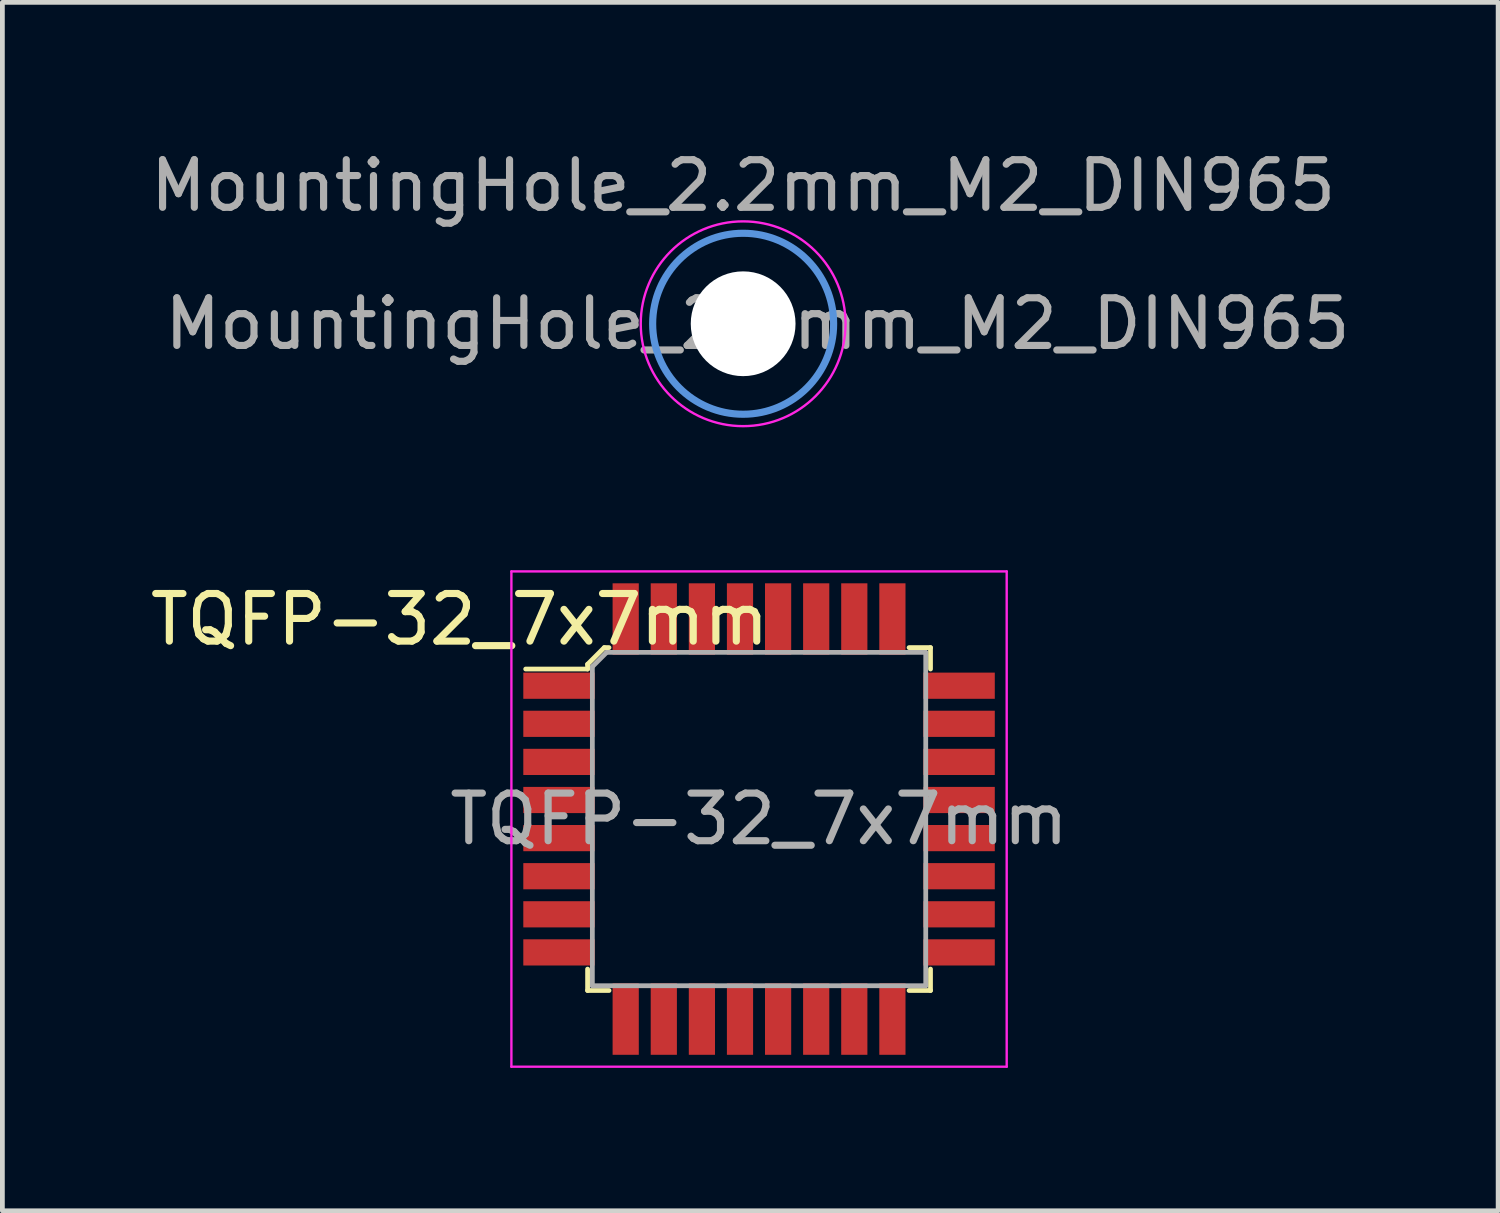
<source format=kicad_pcb>
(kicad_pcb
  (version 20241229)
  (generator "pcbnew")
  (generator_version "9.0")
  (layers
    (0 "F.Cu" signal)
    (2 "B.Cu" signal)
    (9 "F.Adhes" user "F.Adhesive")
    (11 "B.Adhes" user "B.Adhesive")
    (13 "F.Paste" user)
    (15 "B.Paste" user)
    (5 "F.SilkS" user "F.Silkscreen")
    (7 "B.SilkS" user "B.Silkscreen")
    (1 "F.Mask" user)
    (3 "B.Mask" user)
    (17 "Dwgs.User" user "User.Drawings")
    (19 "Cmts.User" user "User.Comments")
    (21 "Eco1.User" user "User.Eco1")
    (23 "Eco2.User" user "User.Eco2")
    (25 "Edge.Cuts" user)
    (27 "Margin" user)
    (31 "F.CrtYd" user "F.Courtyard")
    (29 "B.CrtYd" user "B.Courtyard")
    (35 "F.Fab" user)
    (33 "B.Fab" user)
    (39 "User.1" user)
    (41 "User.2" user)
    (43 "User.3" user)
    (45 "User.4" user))
  (footprint "MountingHole_2.2mm_M2_DIN965"
    (layer "F.Cu")
    (at 12.554 3.748)
    (property "Reference" "MountingHole_2.2mm_M2_DIN965" (at 0 -2.9 0) (layer "F.Fab") (effects (font (size 1 1) (thickness 0.15))))
    (attr exclude_from_pos_files exclude_from_bom)
    (fp_circle (center 0 0) (end 1.9 0) (stroke (width 0.15) (type solid)) (fill no) (layer "Cmts.User"))
    (fp_circle (center 0 0) (end 2.15 0) (stroke (width 0.05) (type solid)) (fill no) (layer "F.CrtYd"))
    (fp_text user "${REFERENCE}" (at 0.3 0 0) (layer "F.Fab") (effects (font (size 1 1) (thickness 0.15))))
    (pad "" np_thru_hole circle (at 0 0) (size 2.2 2.2) (drill 2.2) (layers "*.Cu" "*.Mask")))
  (footprint "TQFP-32_7x7mm"
    (layer "F.Cu")
    (at 12.888 14.148)
    (property "Reference" "TQFP-32_7x7mm" (at -6.287 -4.191 0) (layer "F.SilkS") (effects (font (size 1 1) (thickness 0.15))))
    (attr smd)
    (fp_line (start -3.6 -3.25) (end -3.6 -3.15) (stroke (width 0.1) (type solid)) (layer "F.SilkS"))
    (fp_line (start -3.6 -3.15) (end -4.9 -3.15) (stroke (width 0.1) (type solid)) (layer "F.SilkS"))
    (fp_line (start -3.6 3.6) (end -3.6 3.15) (stroke (width 0.1) (type solid)) (layer "F.SilkS"))
    (fp_line (start -3.6 3.6) (end -3.15 3.6) (stroke (width 0.1) (type solid)) (layer "F.SilkS"))
    (fp_line (start -3.25 -3.6) (end -3.6 -3.25) (stroke (width 0.1) (type solid)) (layer "F.SilkS"))
    (fp_line (start -3.15 -3.6) (end -3.25 -3.6) (stroke (width 0.1) (type solid)) (layer "F.SilkS"))
    (fp_line (start 3.6 -3.6) (end 3.15 -3.6) (stroke (width 0.1) (type solid)) (layer "F.SilkS"))
    (fp_line (start 3.6 -3.6) (end 3.6 -3.15) (stroke (width 0.1) (type solid)) (layer "F.SilkS"))
    (fp_line (start 3.6 3.6) (end 3.15 3.6) (stroke (width 0.1) (type solid)) (layer "F.SilkS"))
    (fp_line (start 3.6 3.6) (end 3.6 3.15) (stroke (width 0.1) (type solid)) (layer "F.SilkS"))
    (fp_line (start -5.2 -5.2) (end -5.2 5.2) (stroke (width 0.05) (type solid)) (layer "F.CrtYd"))
    (fp_line (start -5.2 -5.2) (end 5.2 -5.2) (stroke (width 0.05) (type solid)) (layer "F.CrtYd"))
    (fp_line (start -5.2 5.2) (end 5.2 5.2) (stroke (width 0.05) (type solid)) (layer "F.CrtYd"))
    (fp_line (start 5.2 -5.2) (end 5.2 5.2) (stroke (width 0.05) (type solid)) (layer "F.CrtYd"))
    (fp_line (start -3.5 -3.2) (end -3.5 3.5) (stroke (width 0.1) (type solid)) (layer "F.Fab"))
    (fp_line (start -3.5 -3.2) (end -3.2 -3.5) (stroke (width 0.1) (type solid)) (layer "F.Fab"))
    (fp_line (start -3.5 3.5) (end 3.5 3.5) (stroke (width 0.1) (type solid)) (layer "F.Fab"))
    (fp_line (start -3.2 -3.5) (end 3.5 -3.5) (stroke (width 0.1) (type solid)) (layer "F.Fab"))
    (fp_line (start 3.5 -3.5) (end 3.5 3.5) (stroke (width 0.1) (type solid)) (layer "F.Fab"))
    (fp_text user "${REFERENCE}" (at 0 0 0) (layer "F.Fab") (effects (font (size 1 1) (thickness 0.15))))
    (pad "1" smd rect (at -4.2 -2.8) (size 1.5 0.55) (layers "F.Cu" "F.Mask" "F.Paste"))
    (pad "2" smd rect (at -4.2 -2) (size 1.5 0.55) (layers "F.Cu" "F.Mask" "F.Paste"))
    (pad "3" smd rect (at -4.2 -1.2) (size 1.5 0.55) (layers "F.Cu" "F.Mask" "F.Paste"))
    (pad "4" smd rect (at -4.2 -0.4) (size 1.5 0.55) (layers "F.Cu" "F.Mask" "F.Paste"))
    (pad "5" smd rect (at -4.2 0.4) (size 1.5 0.55) (layers "F.Cu" "F.Mask" "F.Paste"))
    (pad "6" smd rect (at -4.2 1.2) (size 1.5 0.55) (layers "F.Cu" "F.Mask" "F.Paste"))
    (pad "7" smd rect (at -4.2 2) (size 1.5 0.55) (layers "F.Cu" "F.Mask" "F.Paste"))
    (pad "8" smd rect (at -4.2 2.8) (size 1.5 0.55) (layers "F.Cu" "F.Mask" "F.Paste"))
    (pad "9" smd rect (at -2.8 4.2) (size 0.55 1.5) (layers "F.Cu" "F.Mask" "F.Paste"))
    (pad "10" smd rect (at -2 4.2) (size 0.55 1.5) (layers "F.Cu" "F.Mask" "F.Paste"))
    (pad "11" smd rect (at -1.2 4.2) (size 0.55 1.5) (layers "F.Cu" "F.Mask" "F.Paste"))
    (pad "12" smd rect (at -0.4 4.2) (size 0.55 1.5) (layers "F.Cu" "F.Mask" "F.Paste"))
    (pad "13" smd rect (at 0.4 4.2) (size 0.55 1.5) (layers "F.Cu" "F.Mask" "F.Paste"))
    (pad "14" smd rect (at 1.2 4.2) (size 0.55 1.5) (layers "F.Cu" "F.Mask" "F.Paste"))
    (pad "15" smd rect (at 2 4.2) (size 0.55 1.5) (layers "F.Cu" "F.Mask" "F.Paste"))
    (pad "16" smd rect (at 2.8 4.2) (size 0.55 1.5) (layers "F.Cu" "F.Mask" "F.Paste"))
    (pad "17" smd rect (at 4.2 2.8) (size 1.5 0.55) (layers "F.Cu" "F.Mask" "F.Paste"))
    (pad "18" smd rect (at 4.2 2) (size 1.5 0.55) (layers "F.Cu" "F.Mask" "F.Paste"))
    (pad "19" smd rect (at 4.2 1.2) (size 1.5 0.55) (layers "F.Cu" "F.Mask" "F.Paste"))
    (pad "20" smd rect (at 4.2 0.4) (size 1.5 0.55) (layers "F.Cu" "F.Mask" "F.Paste"))
    (pad "21" smd rect (at 4.2 -0.4) (size 1.5 0.55) (layers "F.Cu" "F.Mask" "F.Paste"))
    (pad "22" smd rect (at 4.2 -1.2) (size 1.5 0.55) (layers "F.Cu" "F.Mask" "F.Paste"))
    (pad "23" smd rect (at 4.2 -2) (size 1.5 0.55) (layers "F.Cu" "F.Mask" "F.Paste"))
    (pad "24" smd rect (at 4.2 -2.8) (size 1.5 0.55) (layers "F.Cu" "F.Mask" "F.Paste"))
    (pad "25" smd rect (at 2.8 -4.2) (size 0.55 1.5) (layers "F.Cu" "F.Mask" "F.Paste"))
    (pad "26" smd rect (at 2 -4.2) (size 0.55 1.5) (layers "F.Cu" "F.Mask" "F.Paste"))
    (pad "27" smd rect (at 1.2 -4.2) (size 0.55 1.5) (layers "F.Cu" "F.Mask" "F.Paste"))
    (pad "28" smd rect (at 0.4 -4.2) (size 0.55 1.5) (layers "F.Cu" "F.Mask" "F.Paste"))
    (pad "29" smd rect (at -0.4 -4.2) (size 0.55 1.5) (layers "F.Cu" "F.Mask" "F.Paste"))
    (pad "30" smd rect (at -1.2 -4.2) (size 0.55 1.5) (layers "F.Cu" "F.Mask" "F.Paste"))
    (pad "31" smd rect (at -2 -4.2) (size 0.55 1.5) (layers "F.Cu" "F.Mask" "F.Paste"))
    (pad "32" smd rect (at -2.8 -4.2) (size 0.55 1.5) (layers "F.Cu" "F.Mask" "F.Paste")))
  (gr_rect
    (start -3 -3)
    (end 28.407 22.373)
    (stroke (width 0.1) (type default))
    (fill no)
    (layer "Edge.Cuts")))
</source>
